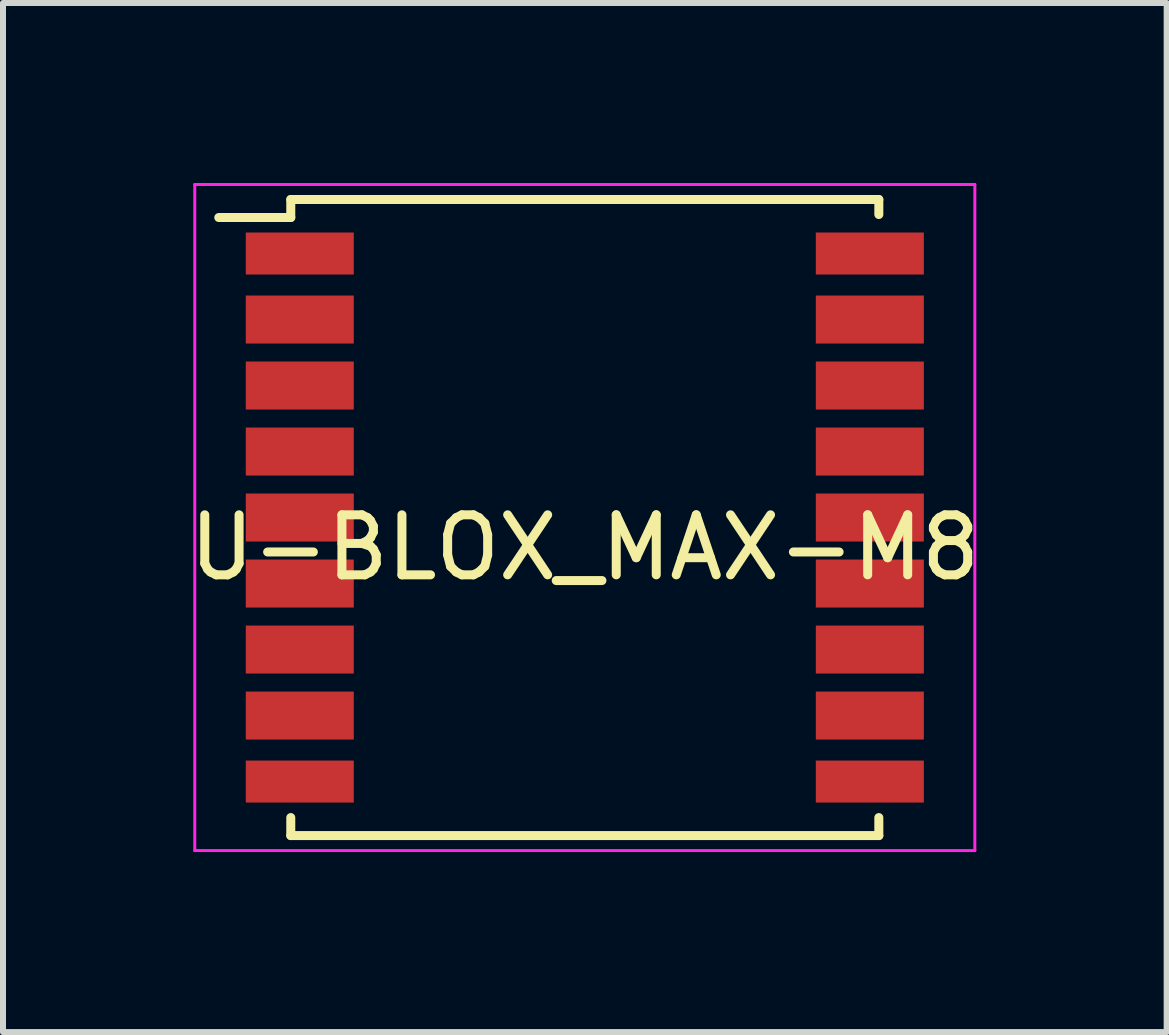
<source format=kicad_pcb>
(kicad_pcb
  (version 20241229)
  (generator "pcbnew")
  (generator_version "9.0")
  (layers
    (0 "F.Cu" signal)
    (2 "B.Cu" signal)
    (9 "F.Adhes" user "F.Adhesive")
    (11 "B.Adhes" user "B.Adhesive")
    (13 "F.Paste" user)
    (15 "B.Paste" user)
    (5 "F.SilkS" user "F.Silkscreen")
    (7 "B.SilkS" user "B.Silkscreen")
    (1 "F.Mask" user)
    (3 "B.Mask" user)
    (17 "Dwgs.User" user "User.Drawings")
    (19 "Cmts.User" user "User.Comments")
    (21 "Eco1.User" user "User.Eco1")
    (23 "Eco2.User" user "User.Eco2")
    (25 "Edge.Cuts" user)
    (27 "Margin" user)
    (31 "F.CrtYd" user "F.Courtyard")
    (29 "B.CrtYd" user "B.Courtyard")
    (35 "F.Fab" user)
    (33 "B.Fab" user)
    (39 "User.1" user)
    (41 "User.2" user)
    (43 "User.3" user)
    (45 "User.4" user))
  (footprint "U-BLOX_MAX-M8"
    (layer "F.Cu")
    (at 6.696 5.575)
    (property "Reference" "U-BLOX_MAX-M8" (at 0 0.5 0) (layer "F.SilkS") (effects (font (size 1 1) (thickness 0.15))))
    (attr through_hole)
    (fp_line (start -4.9 -5.3) (end -4.9 -5) (stroke (width 0.15) (type solid)) (layer "F.SilkS"))
    (fp_line (start -4.9 -5.3) (end 4.9 -5.3) (stroke (width 0.15) (type solid)) (layer "F.SilkS"))
    (fp_line (start -4.9 -5) (end -6.1 -5) (stroke (width 0.15) (type solid)) (layer "F.SilkS"))
    (fp_line (start -4.9 5) (end -4.9 5.3) (stroke (width 0.15) (type solid)) (layer "F.SilkS"))
    (fp_line (start -4.9 5.3) (end 4.9 5.3) (stroke (width 0.15) (type solid)) (layer "F.SilkS"))
    (fp_line (start 4.9 -5.3) (end 4.9 -5.05) (stroke (width 0.15) (type solid)) (layer "F.SilkS"))
    (fp_line (start 4.9 5.3) (end 4.9 5) (stroke (width 0.15) (type solid)) (layer "F.SilkS"))
    (fp_line (start -6.5 -5.55) (end -6.5 5.55) (stroke (width 0.05) (type solid)) (layer "F.CrtYd"))
    (fp_line (start -6.5 -5.55) (end 6.5 -5.55) (stroke (width 0.05) (type solid)) (layer "F.CrtYd"))
    (fp_line (start -6.5 5.55) (end 6.5 5.55) (stroke (width 0.05) (type solid)) (layer "F.CrtYd"))
    (fp_line (start 6.5 -5.55) (end 6.5 5.55) (stroke (width 0.05) (type solid)) (layer "F.CrtYd"))
    (pad "" smd rect (at -5.55 -4.4) (size 1.4 0.7) (layers "F.Paste"))
    (pad "" smd rect (at -5.55 -3.3) (size 1.4 0.7) (layers "F.Paste"))
    (pad "" smd rect (at -5.55 -2.2) (size 1.4 0.7) (layers "F.Paste"))
    (pad "" smd rect (at -5.55 -1.1) (size 1.4 0.7) (layers "F.Paste"))
    (pad "" smd rect (at -5.55 0) (size 1.4 0.7) (layers "F.Paste"))
    (pad "" smd rect (at -5.55 1.1) (size 1.4 0.7) (layers "F.Paste"))
    (pad "" smd rect (at -5.55 2.2) (size 1.4 0.7) (layers "F.Paste"))
    (pad "" smd rect (at -5.55 3.3) (size 1.4 0.7) (layers "F.Paste"))
    (pad "" smd rect (at -5.55 4.4) (size 1.4 0.7) (layers "F.Paste"))
    (pad "" smd rect (at 5.55 -4.4) (size 1.4 0.7) (layers "F.Paste"))
    (pad "" smd rect (at 5.55 -3.3) (size 1.4 0.7) (layers "F.Paste"))
    (pad "" smd rect (at 5.55 -2.2) (size 1.4 0.7) (layers "F.Paste"))
    (pad "" smd rect (at 5.55 -1.1) (size 1.4 0.7) (layers "F.Paste"))
    (pad "" smd rect (at 5.55 0) (size 1.4 0.7) (layers "F.Paste"))
    (pad "" smd rect (at 5.55 1.1) (size 1.4 0.7) (layers "F.Paste"))
    (pad "" smd rect (at 5.55 2.2) (size 1.4 0.7) (layers "F.Paste"))
    (pad "" smd rect (at 5.55 3.3) (size 1.4 0.7) (layers "F.Paste"))
    (pad "" smd rect (at 5.55 4.4) (size 1.4 0.7) (layers "F.Paste"))
    (pad "1" smd rect (at -4.75 -4.4) (size 1.8 0.7) (layers "F.Cu" "F.Mask" "F.Paste"))
    (pad "2" smd rect (at -4.75 -3.3) (size 1.8 0.8) (layers "F.Cu" "F.Mask" "F.Paste"))
    (pad "3" smd rect (at -4.75 -2.2) (size 1.8 0.8) (layers "F.Cu" "F.Mask" "F.Paste"))
    (pad "4" smd rect (at -4.75 -1.1) (size 1.8 0.8) (layers "F.Cu" "F.Mask" "F.Paste"))
    (pad "5" smd rect (at -4.75 0) (size 1.8 0.8) (layers "F.Cu" "F.Mask" "F.Paste"))
    (pad "6" smd rect (at -4.75 1.1) (size 1.8 0.8) (layers "F.Cu" "F.Mask" "F.Paste"))
    (pad "7" smd rect (at -4.75 2.2) (size 1.8 0.8) (layers "F.Cu" "F.Mask" "F.Paste"))
    (pad "8" smd rect (at -4.75 3.3) (size 1.8 0.8) (layers "F.Cu" "F.Mask" "F.Paste"))
    (pad "9" smd rect (at -4.75 4.4) (size 1.8 0.7) (layers "F.Cu" "F.Mask" "F.Paste"))
    (pad "10" smd rect (at 4.75 4.4) (size 1.8 0.7) (layers "F.Cu" "F.Mask" "F.Paste"))
    (pad "11" smd rect (at 4.75 3.3) (size 1.8 0.8) (layers "F.Cu" "F.Mask" "F.Paste"))
    (pad "12" smd rect (at 4.75 2.2) (size 1.8 0.8) (layers "F.Cu" "F.Mask" "F.Paste"))
    (pad "13" smd rect (at 4.75 1.1) (size 1.8 0.8) (layers "F.Cu" "F.Mask" "F.Paste"))
    (pad "14" smd rect (at 4.75 0) (size 1.8 0.8) (layers "F.Cu" "F.Mask" "F.Paste"))
    (pad "15" smd rect (at 4.75 -1.1) (size 1.8 0.8) (layers "F.Cu" "F.Mask" "F.Paste"))
    (pad "16" smd rect (at 4.75 -2.2) (size 1.8 0.8) (layers "F.Cu" "F.Mask" "F.Paste"))
    (pad "17" smd rect (at 4.75 -3.3) (size 1.8 0.8) (layers "F.Cu" "F.Mask" "F.Paste"))
    (pad "18" smd rect (at 4.75 -4.4) (size 1.8 0.7) (layers "F.Cu" "F.Mask" "F.Paste")))
  (gr_rect
    (start -3 -3)
    (end 16.393 14.15)
    (stroke (width 0.1) (type default))
    (fill no)
    (layer "Edge.Cuts")))
</source>
